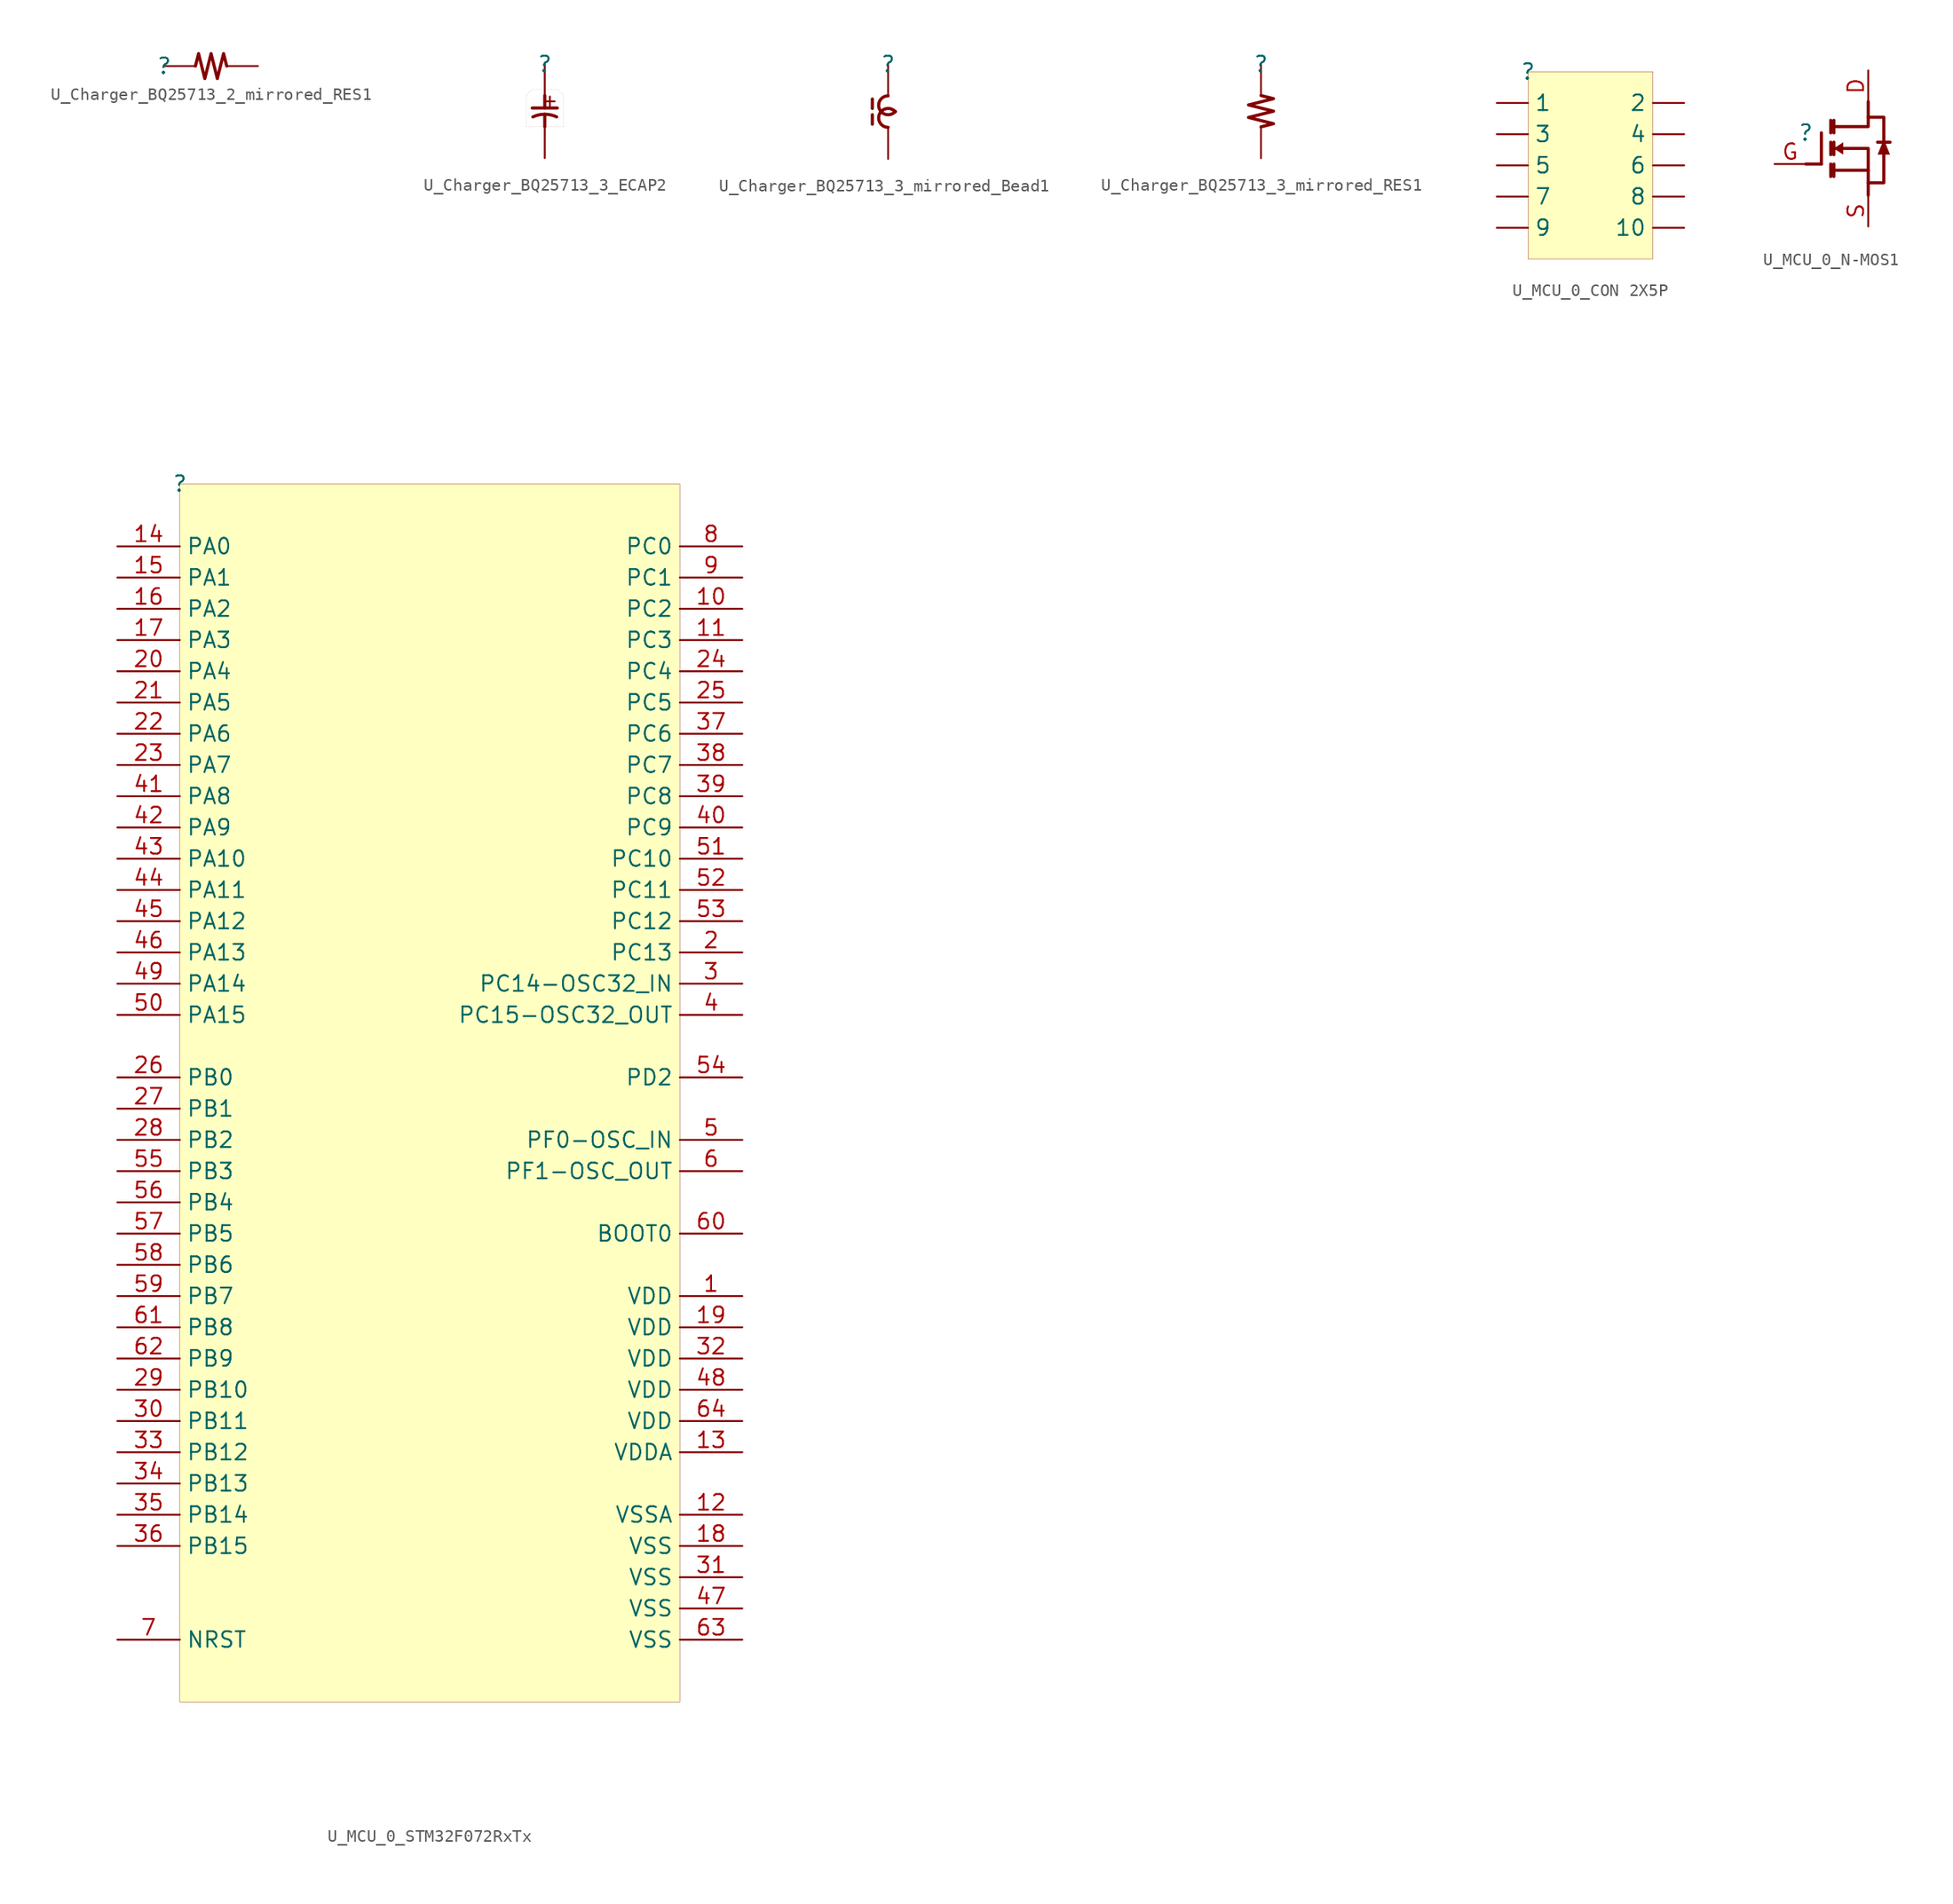
<source format=kicad_sym>
(kicad_symbol_lib
  (version 20231120)
  (generator "kicad_symbol_editor")
  (generator_version "8.0")
  (symbol "U_Charger_BQ25713_2_mirrored_RES1"
    (property "Reference" ""
      (at 0 0 0)
      (effects (font (size 1.27 1.27))))
    (property "Value" ""
      (at 0 0 0)
      (effects (font (size 1.27 1.27))))
    (symbol "U_Charger_BQ25713_2_mirrored_RES1_1_0"
      (polyline (pts (xy 2.54 0) (xy 2.794 1.016) (xy 3.302 -1.016) (xy 3.81 1.016) (xy 4.318 -1.016) (xy 4.826 1.016) (xy 5.08 0)) (stroke (width 0.254) (type solid)) (fill (type none)))
      (pin passive line (at 0 0 0) (length 2.54) (name "1" (effects (font (size 0 0)))) (number "1" (effects (font (size 0 0)))))
      (pin passive line (at 7.62 0 180) (length 2.54) (name "2" (effects (font (size 0 0)))) (number "2" (effects (font (size 0 0)))))))
  (symbol "U_Charger_BQ25713_3_ECAP2"
    (property "Reference" ""
      (at 0 0 0)
      (effects (font (size 1.27 1.27))))
    (property "Value" ""
      (at 0 0 0)
      (effects (font (size 1.27 1.27))))
    (symbol "U_Charger_BQ25713_3_ECAP2_1_0"
      (polyline (pts (xy 0 -5.08) (xy 0 -4.064)) (stroke (width 0.254) (type solid)) (fill (type none)))
      (polyline (pts (xy 0 -3.556) (xy 0 -2.54)) (stroke (width 0.254) (type solid)) (fill (type none)))
      (polyline (pts (xy 1.016 -3.556) (xy -1.016 -3.556)) (stroke (width 0.254) (type solid)) (fill (type none)))
      (polyline (pts (xy 1.524 -5.08) (xy -1.524 -5.08) (xy -1.524 -2.54) (xy -1.016 -2.032) (xy 1.016 -2.032) (xy 1.524 -2.54) (xy 1.524 -5.08)) (stroke (width 0.025) (type dot)) (fill (type none)))
      (arc (start 0.9661 -4.2782) (mid 0 -4.064) (end -0.9661 -4.2782) (stroke (width 0.254) (type solid)) (fill (type none)))
      (text "+" (at -0.254 -2.286 900) (effects (font (size 1.016 1.016)) (justify right top)))
      (pin passive line (at 0 0 270) (length 2.54) (name "1" (effects (font (size 0 0)))) (number "1" (effects (font (size 0 0)))))
      (pin passive line (at 0 -7.62 90) (length 2.54) (name "2" (effects (font (size 0 0)))) (number "2" (effects (font (size 0 0)))))))
  (symbol "U_Charger_BQ25713_3_mirrored_Bead1"
    (property "Reference" ""
      (at 0 0 0)
      (effects (font (size 1.27 1.27))))
    (property "Value" ""
      (at 0 0 0)
      (effects (font (size 1.27 1.27))))
    (symbol "U_Charger_BQ25713_3_mirrored_Bead1_1_0"
      (arc (start 0 -2.54) (mid -0.6906 -3.624) (end 0.5837 -3.7918) (stroke (width 0.254) (type solid)) (fill (type none)))
      (polyline (pts (xy -1.27 -4.064) (xy -1.27 -4.826)) (stroke (width 0.254) (type solid)) (fill (type none)))
      (polyline (pts (xy -1.27 -2.794) (xy -1.27 -3.556)) (stroke (width 0.254) (type solid)) (fill (type none)))
      (arc (start 0.5837 -3.8282) (mid -0.6906 -3.996) (end 0 -5.08) (stroke (width 0.254) (type solid)) (fill (type none)))
      (pin passive line (at 0 0 270) (length 2.54) (name "1" (effects (font (size 0 0)))) (number "1" (effects (font (size 0 0)))))
      (pin passive line (at 0 -7.62 90) (length 2.54) (name "2" (effects (font (size 0 0)))) (number "2" (effects (font (size 0 0)))))))
  (symbol "U_Charger_BQ25713_3_mirrored_RES1"
    (property "Reference" ""
      (at 0 0 0)
      (effects (font (size 1.27 1.27))))
    (property "Value" ""
      (at 0 0 0)
      (effects (font (size 1.27 1.27))))
    (symbol "U_Charger_BQ25713_3_mirrored_RES1_1_0"
      (polyline (pts (xy 0 -2.54) (xy 1.016 -2.794) (xy -1.016 -3.302) (xy 1.016 -3.81) (xy -1.016 -4.318) (xy 1.016 -4.826) (xy 0 -5.08)) (stroke (width 0.254) (type solid)) (fill (type none)))
      (pin passive line (at 0 0 270) (length 2.54) (name "1" (effects (font (size 0 0)))) (number "1" (effects (font (size 0 0)))))
      (pin passive line (at 0 -7.62 90) (length 2.54) (name "2" (effects (font (size 0 0)))) (number "2" (effects (font (size 0 0)))))))
  (symbol "U_MCU_0_CON 2X5P"
    (property "Reference" ""
      (at 0 0 0)
      (effects (font (size 1.27 1.27))))
    (property "Value" ""
      (at 0 0 0)
      (effects (font (size 1.27 1.27))))
    (symbol "U_MCU_0_CON 2X5P_1_0"
      (rectangle (start 10.16 0) (end 0 -15.24) (stroke (width 0.025) (type solid) (color 128 0 0 1)) (fill (type background)))
      (pin passive line (at -2.54 -2.54 0) (length 2.54) (name "1" (effects (font (size 1.27 1.27)))) (number "1" (effects (font (size 0 0)))))
      (pin passive line (at 12.7 -12.7 180) (length 2.54) (name "10" (effects (font (size 1.27 1.27)))) (number "10" (effects (font (size 0 0)))))
      (pin passive line (at 12.7 -2.54 180) (length 2.54) (name "2" (effects (font (size 1.27 1.27)))) (number "2" (effects (font (size 0 0)))))
      (pin passive line (at -2.54 -5.08 0) (length 2.54) (name "3" (effects (font (size 1.27 1.27)))) (number "3" (effects (font (size 0 0)))))
      (pin passive line (at 12.7 -5.08 180) (length 2.54) (name "4" (effects (font (size 1.27 1.27)))) (number "4" (effects (font (size 0 0)))))
      (pin passive line (at -2.54 -7.62 0) (length 2.54) (name "5" (effects (font (size 1.27 1.27)))) (number "5" (effects (font (size 0 0)))))
      (pin passive line (at 12.7 -7.62 180) (length 2.54) (name "6" (effects (font (size 1.27 1.27)))) (number "6" (effects (font (size 0 0)))))
      (pin passive line (at -2.54 -10.16 0) (length 2.54) (name "7" (effects (font (size 1.27 1.27)))) (number "7" (effects (font (size 0 0)))))
      (pin passive line (at 12.7 -10.16 180) (length 2.54) (name "8" (effects (font (size 1.27 1.27)))) (number "8" (effects (font (size 0 0)))))
      (pin passive line (at -2.54 -12.7 0) (length 2.54) (name "9" (effects (font (size 1.27 1.27)))) (number "9" (effects (font (size 0 0)))))))
  (symbol "U_MCU_0_N-MOS1"
    (property "Reference" ""
      (at 0 0 0)
      (effects (font (size 1.27 1.27))))
    (property "Value" ""
      (at 0 0 0)
      (effects (font (size 1.27 1.27))))
    (symbol "U_MCU_0_N-MOS1_1_0"
      (polyline (pts (xy 0 -2.54) (xy 1.27 -2.54)) (stroke (width 0.254) (type solid)) (fill (type none)))
      (polyline (pts (xy 1.27 -2.54) (xy 1.27 0)) (stroke (width 0.254) (type solid)) (fill (type none)))
      (polyline (pts (xy 2.032 -2.54) (xy 2.032 -3.556)) (stroke (width 0.254) (type solid)) (fill (type none)))
      (polyline (pts (xy 2.032 -0.762) (xy 2.032 -1.778)) (stroke (width 0.254) (type solid)) (fill (type none)))
      (polyline (pts (xy 2.032 0) (xy 2.032 1.016)) (stroke (width 0.254) (type solid)) (fill (type none)))
      (polyline (pts (xy 2.286 -2.54) (xy 2.286 -3.556)) (stroke (width 0.254) (type solid)) (fill (type none)))
      (polyline (pts (xy 2.286 -0.762) (xy 2.286 -1.778)) (stroke (width 0.254) (type solid)) (fill (type none)))
      (polyline (pts (xy 2.286 1.016) (xy 2.286 0)) (stroke (width 0.254) (type solid)) (fill (type none)))
      (polyline (pts (xy 5.08 -5.08) (xy 5.08 -3.048)) (stroke (width 0.254) (type solid)) (fill (type none)))
      (polyline (pts (xy 5.08 -3.048) (xy 2.286 -3.048)) (stroke (width 0.254) (type solid)) (fill (type none)))
      (polyline (pts (xy 6.858 -0.762) (xy 5.842 -0.762)) (stroke (width 0.254) (type solid)) (fill (type none)))
      (polyline (pts (xy 5.08 -3.048) (xy 5.08 -1.27) (xy 2.286 -1.27)) (stroke (width 0.254) (type solid)) (fill (type none)))
      (polyline (pts (xy 5.08 2.54) (xy 5.08 0.508) (xy 2.286 0.508)) (stroke (width 0.254) (type solid)) (fill (type none)))
      (polyline (pts (xy 3.048 -1.778) (xy 3.048 -0.762) (xy 2.286 -1.27) (xy 3.048 -1.778)) (stroke (width -0.0001) (type solid)) (fill (type outline)))
      (polyline (pts (xy 5.08 1.27) (xy 6.35 1.27) (xy 6.35 -4.064) (xy 5.08 -4.064)) (stroke (width 0.254) (type solid)) (fill (type none)))
      (polyline (pts (xy 5.842 -1.778) (xy 6.858 -1.778) (xy 6.35 -0.508) (xy 5.842 -1.778)) (stroke (width -0.0001) (type solid)) (fill (type outline)))
      (pin passive line (at 5.08 5.08 270) (length 2.54) (name "D" (effects (font (size 0 0)))) (number "D" (effects (font (size 1.27 1.27)))))
      (pin passive line (at -2.54 -2.54 0) (length 2.54) (name "G" (effects (font (size 0 0)))) (number "G" (effects (font (size 1.27 1.27)))))
      (pin passive line (at 5.08 -7.62 90) (length 2.54) (name "S" (effects (font (size 0 0)))) (number "S" (effects (font (size 1.27 1.27)))))))
  (symbol "U_MCU_0_STM32F072RxTx"
    (property "Reference" ""
      (at 0 0 0)
      (effects (font (size 1.27 1.27))))
    (property "Value" ""
      (at 0 0 0)
      (effects (font (size 1.27 1.27))))
    (symbol "U_MCU_0_STM32F072RxTx_1_0"
      (rectangle (start 40.64 0) (end 0 -99.06) (stroke (width 0.025) (type solid) (color 128 0 0 1)) (fill (type background)))
      (pin passive line (at 45.72 -66.04 180) (length 5.08) (name "VDD" (effects (font (size 1.27 1.27)))) (number "1" (effects (font (size 1.27 1.27)))))
      (pin passive line (at 45.72 -10.16 180) (length 5.08) (name "PC2" (effects (font (size 1.27 1.27)))) (number "10" (effects (font (size 1.27 1.27)))))
      (pin passive line (at 45.72 -12.7 180) (length 5.08) (name "PC3" (effects (font (size 1.27 1.27)))) (number "11" (effects (font (size 1.27 1.27)))))
      (pin passive line (at 45.72 -83.82 180) (length 5.08) (name "VSSA" (effects (font (size 1.27 1.27)))) (number "12" (effects (font (size 1.27 1.27)))))
      (pin passive line (at 45.72 -78.74 180) (length 5.08) (name "VDDA" (effects (font (size 1.27 1.27)))) (number "13" (effects (font (size 1.27 1.27)))))
      (pin passive line (at -5.08 -5.08 0) (length 5.08) (name "PA0" (effects (font (size 1.27 1.27)))) (number "14" (effects (font (size 1.27 1.27)))))
      (pin passive line (at -5.08 -7.62 0) (length 5.08) (name "PA1" (effects (font (size 1.27 1.27)))) (number "15" (effects (font (size 1.27 1.27)))))
      (pin passive line (at -5.08 -10.16 0) (length 5.08) (name "PA2" (effects (font (size 1.27 1.27)))) (number "16" (effects (font (size 1.27 1.27)))))
      (pin passive line (at -5.08 -12.7 0) (length 5.08) (name "PA3" (effects (font (size 1.27 1.27)))) (number "17" (effects (font (size 1.27 1.27)))))
      (pin passive line (at 45.72 -86.36 180) (length 5.08) (name "VSS" (effects (font (size 1.27 1.27)))) (number "18" (effects (font (size 1.27 1.27)))))
      (pin passive line (at 45.72 -68.58 180) (length 5.08) (name "VDD" (effects (font (size 1.27 1.27)))) (number "19" (effects (font (size 1.27 1.27)))))
      (pin passive line (at 45.72 -38.1 180) (length 5.08) (name "PC13" (effects (font (size 1.27 1.27)))) (number "2" (effects (font (size 1.27 1.27)))))
      (pin passive line (at -5.08 -15.24 0) (length 5.08) (name "PA4" (effects (font (size 1.27 1.27)))) (number "20" (effects (font (size 1.27 1.27)))))
      (pin passive line (at -5.08 -17.78 0) (length 5.08) (name "PA5" (effects (font (size 1.27 1.27)))) (number "21" (effects (font (size 1.27 1.27)))))
      (pin passive line (at -5.08 -20.32 0) (length 5.08) (name "PA6" (effects (font (size 1.27 1.27)))) (number "22" (effects (font (size 1.27 1.27)))))
      (pin passive line (at -5.08 -22.86 0) (length 5.08) (name "PA7" (effects (font (size 1.27 1.27)))) (number "23" (effects (font (size 1.27 1.27)))))
      (pin passive line (at 45.72 -15.24 180) (length 5.08) (name "PC4" (effects (font (size 1.27 1.27)))) (number "24" (effects (font (size 1.27 1.27)))))
      (pin passive line (at 45.72 -17.78 180) (length 5.08) (name "PC5" (effects (font (size 1.27 1.27)))) (number "25" (effects (font (size 1.27 1.27)))))
      (pin passive line (at -5.08 -48.26 0) (length 5.08) (name "PB0" (effects (font (size 1.27 1.27)))) (number "26" (effects (font (size 1.27 1.27)))))
      (pin passive line (at -5.08 -50.8 0) (length 5.08) (name "PB1" (effects (font (size 1.27 1.27)))) (number "27" (effects (font (size 1.27 1.27)))))
      (pin passive line (at -5.08 -53.34 0) (length 5.08) (name "PB2" (effects (font (size 1.27 1.27)))) (number "28" (effects (font (size 1.27 1.27)))))
      (pin passive line (at -5.08 -73.66 0) (length 5.08) (name "PB10" (effects (font (size 1.27 1.27)))) (number "29" (effects (font (size 1.27 1.27)))))
      (pin passive line (at 45.72 -40.64 180) (length 5.08) (name "PC14-OSC32_IN" (effects (font (size 1.27 1.27)))) (number "3" (effects (font (size 1.27 1.27)))))
      (pin passive line (at -5.08 -76.2 0) (length 5.08) (name "PB11" (effects (font (size 1.27 1.27)))) (number "30" (effects (font (size 1.27 1.27)))))
      (pin passive line (at 45.72 -88.9 180) (length 5.08) (name "VSS" (effects (font (size 1.27 1.27)))) (number "31" (effects (font (size 1.27 1.27)))))
      (pin passive line (at 45.72 -71.12 180) (length 5.08) (name "VDD" (effects (font (size 1.27 1.27)))) (number "32" (effects (font (size 1.27 1.27)))))
      (pin passive line (at -5.08 -78.74 0) (length 5.08) (name "PB12" (effects (font (size 1.27 1.27)))) (number "33" (effects (font (size 1.27 1.27)))))
      (pin passive line (at -5.08 -81.28 0) (length 5.08) (name "PB13" (effects (font (size 1.27 1.27)))) (number "34" (effects (font (size 1.27 1.27)))))
      (pin passive line (at -5.08 -83.82 0) (length 5.08) (name "PB14" (effects (font (size 1.27 1.27)))) (number "35" (effects (font (size 1.27 1.27)))))
      (pin passive line (at -5.08 -86.36 0) (length 5.08) (name "PB15" (effects (font (size 1.27 1.27)))) (number "36" (effects (font (size 1.27 1.27)))))
      (pin passive line (at 45.72 -20.32 180) (length 5.08) (name "PC6" (effects (font (size 1.27 1.27)))) (number "37" (effects (font (size 1.27 1.27)))))
      (pin passive line (at 45.72 -22.86 180) (length 5.08) (name "PC7" (effects (font (size 1.27 1.27)))) (number "38" (effects (font (size 1.27 1.27)))))
      (pin passive line (at 45.72 -25.4 180) (length 5.08) (name "PC8" (effects (font (size 1.27 1.27)))) (number "39" (effects (font (size 1.27 1.27)))))
      (pin passive line (at 45.72 -43.18 180) (length 5.08) (name "PC15-OSC32_OUT" (effects (font (size 1.27 1.27)))) (number "4" (effects (font (size 1.27 1.27)))))
      (pin passive line (at 45.72 -27.94 180) (length 5.08) (name "PC9" (effects (font (size 1.27 1.27)))) (number "40" (effects (font (size 1.27 1.27)))))
      (pin passive line (at -5.08 -25.4 0) (length 5.08) (name "PA8" (effects (font (size 1.27 1.27)))) (number "41" (effects (font (size 1.27 1.27)))))
      (pin passive line (at -5.08 -27.94 0) (length 5.08) (name "PA9" (effects (font (size 1.27 1.27)))) (number "42" (effects (font (size 1.27 1.27)))))
      (pin passive line (at -5.08 -30.48 0) (length 5.08) (name "PA10" (effects (font (size 1.27 1.27)))) (number "43" (effects (font (size 1.27 1.27)))))
      (pin passive line (at -5.08 -33.02 0) (length 5.08) (name "PA11" (effects (font (size 1.27 1.27)))) (number "44" (effects (font (size 1.27 1.27)))))
      (pin passive line (at -5.08 -35.56 0) (length 5.08) (name "PA12" (effects (font (size 1.27 1.27)))) (number "45" (effects (font (size 1.27 1.27)))))
      (pin passive line (at -5.08 -38.1 0) (length 5.08) (name "PA13" (effects (font (size 1.27 1.27)))) (number "46" (effects (font (size 1.27 1.27)))))
      (pin passive line (at 45.72 -91.44 180) (length 5.08) (name "VSS" (effects (font (size 1.27 1.27)))) (number "47" (effects (font (size 1.27 1.27)))))
      (pin passive line (at 45.72 -73.66 180) (length 5.08) (name "VDD" (effects (font (size 1.27 1.27)))) (number "48" (effects (font (size 1.27 1.27)))))
      (pin passive line (at -5.08 -40.64 0) (length 5.08) (name "PA14" (effects (font (size 1.27 1.27)))) (number "49" (effects (font (size 1.27 1.27)))))
      (pin passive line (at 45.72 -53.34 180) (length 5.08) (name "PF0-OSC_IN" (effects (font (size 1.27 1.27)))) (number "5" (effects (font (size 1.27 1.27)))))
      (pin passive line (at -5.08 -43.18 0) (length 5.08) (name "PA15" (effects (font (size 1.27 1.27)))) (number "50" (effects (font (size 1.27 1.27)))))
      (pin passive line (at 45.72 -30.48 180) (length 5.08) (name "PC10" (effects (font (size 1.27 1.27)))) (number "51" (effects (font (size 1.27 1.27)))))
      (pin passive line (at 45.72 -33.02 180) (length 5.08) (name "PC11" (effects (font (size 1.27 1.27)))) (number "52" (effects (font (size 1.27 1.27)))))
      (pin passive line (at 45.72 -35.56 180) (length 5.08) (name "PC12" (effects (font (size 1.27 1.27)))) (number "53" (effects (font (size 1.27 1.27)))))
      (pin passive line (at 45.72 -48.26 180) (length 5.08) (name "PD2" (effects (font (size 1.27 1.27)))) (number "54" (effects (font (size 1.27 1.27)))))
      (pin passive line (at -5.08 -55.88 0) (length 5.08) (name "PB3" (effects (font (size 1.27 1.27)))) (number "55" (effects (font (size 1.27 1.27)))))
      (pin passive line (at -5.08 -58.42 0) (length 5.08) (name "PB4" (effects (font (size 1.27 1.27)))) (number "56" (effects (font (size 1.27 1.27)))))
      (pin passive line (at -5.08 -60.96 0) (length 5.08) (name "PB5" (effects (font (size 1.27 1.27)))) (number "57" (effects (font (size 1.27 1.27)))))
      (pin passive line (at -5.08 -63.5 0) (length 5.08) (name "PB6" (effects (font (size 1.27 1.27)))) (number "58" (effects (font (size 1.27 1.27)))))
      (pin passive line (at -5.08 -66.04 0) (length 5.08) (name "PB7" (effects (font (size 1.27 1.27)))) (number "59" (effects (font (size 1.27 1.27)))))
      (pin passive line (at 45.72 -55.88 180) (length 5.08) (name "PF1-OSC_OUT" (effects (font (size 1.27 1.27)))) (number "6" (effects (font (size 1.27 1.27)))))
      (pin passive line (at 45.72 -60.96 180) (length 5.08) (name "BOOT0" (effects (font (size 1.27 1.27)))) (number "60" (effects (font (size 1.27 1.27)))))
      (pin passive line (at -5.08 -68.58 0) (length 5.08) (name "PB8" (effects (font (size 1.27 1.27)))) (number "61" (effects (font (size 1.27 1.27)))))
      (pin passive line (at -5.08 -71.12 0) (length 5.08) (name "PB9" (effects (font (size 1.27 1.27)))) (number "62" (effects (font (size 1.27 1.27)))))
      (pin passive line (at 45.72 -93.98 180) (length 5.08) (name "VSS" (effects (font (size 1.27 1.27)))) (number "63" (effects (font (size 1.27 1.27)))))
      (pin passive line (at 45.72 -76.2 180) (length 5.08) (name "VDD" (effects (font (size 1.27 1.27)))) (number "64" (effects (font (size 1.27 1.27)))))
      (pin passive line (at -5.08 -93.98 0) (length 5.08) (name "NRST" (effects (font (size 1.27 1.27)))) (number "7" (effects (font (size 1.27 1.27)))))
      (pin passive line (at 45.72 -5.08 180) (length 5.08) (name "PC0" (effects (font (size 1.27 1.27)))) (number "8" (effects (font (size 1.27 1.27)))))
      (pin passive line (at 45.72 -7.62 180) (length 5.08) (name "PC1" (effects (font (size 1.27 1.27)))) (number "9" (effects (font (size 1.27 1.27))))))))
</source>
